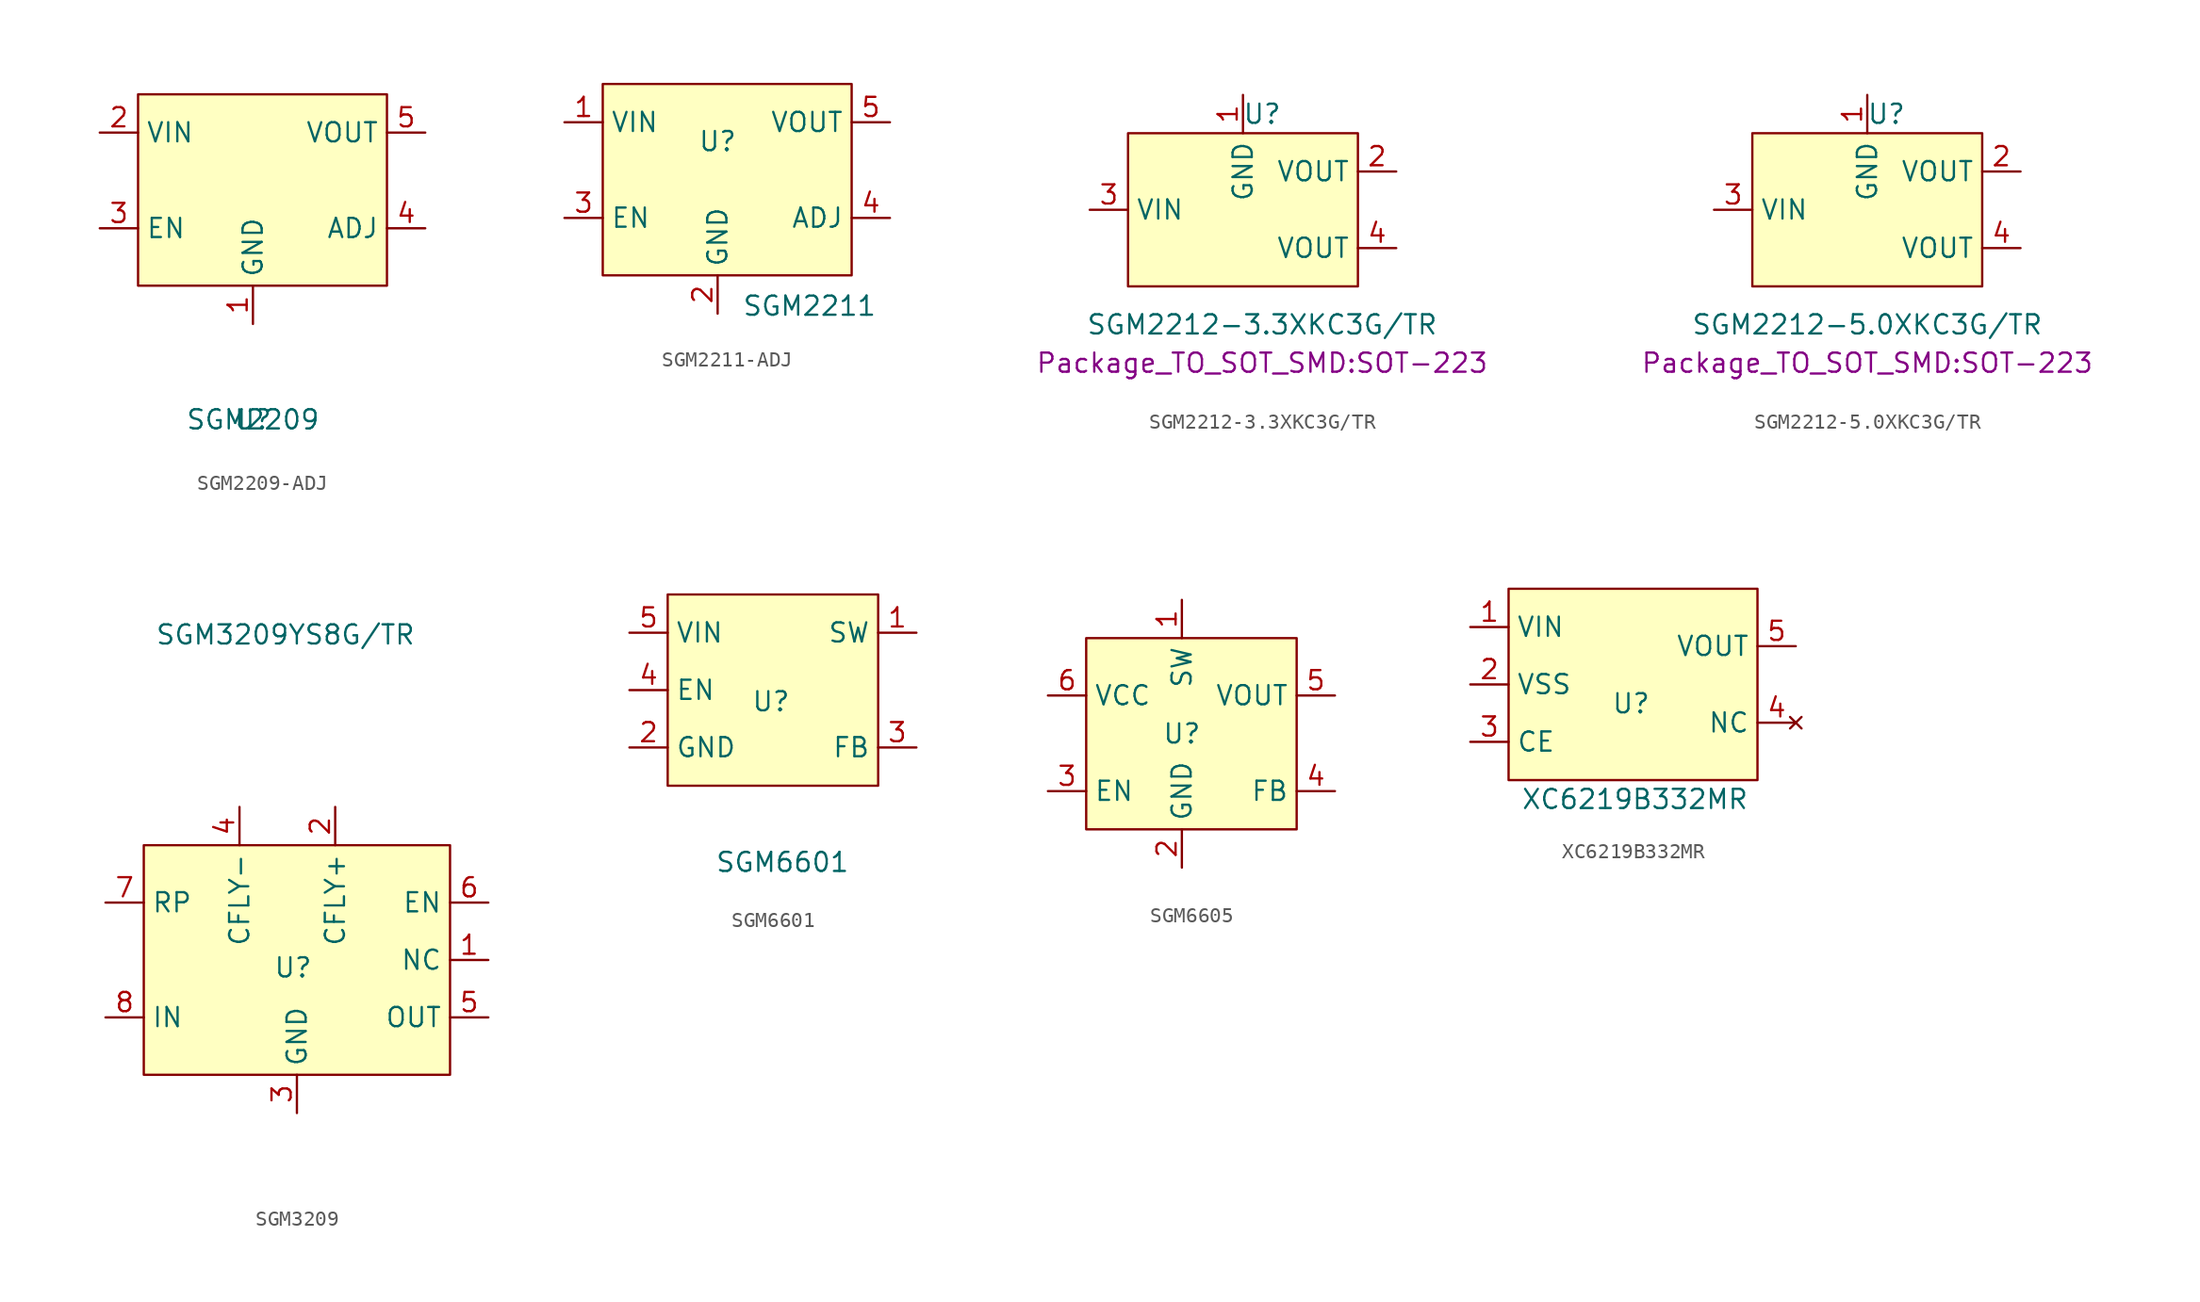
<source format=kicad_sym>
(kicad_symbol_lib
  (version 20241209)
  (generator "kicad_symbol_editor")
  (generator_version "9.0")
  (symbol "SGM2209-ADJ"
    (property "Reference" "U"
      (at 0 0 0)
      (effects (font (size 1.27 1.27))))
    (property "Value" "SGM2209"
      (at 0 0 0)
      (effects (font (size 1.27 1.27))))
    (symbol "SGM2209-ADJ_0_0"
      (pin passive line (at -10.16 12.7 0) (length 2.54) (name "EN" (effects (font (size 1.27 1.27)))) (number "3" (effects (font (size 1.27 1.27)))))
      (pin passive line (at 11.43 19.05 180) (length 2.54) (name "VOUT" (effects (font (size 1.27 1.27)))) (number "5" (effects (font (size 1.27 1.27))))))
    (symbol "SGM2209-ADJ_1_0"
      (pin passive line (at -10.16 19.05 0) (length 2.54) (name "VIN" (effects (font (size 1.27 1.27)))) (number "2" (effects (font (size 1.27 1.27)))))
      (pin passive line (at 0 6.35 90) (length 2.54) (name "GND" (effects (font (size 1.27 1.27)))) (number "1" (effects (font (size 1.27 1.27)))))
      (pin passive line (at 11.43 12.7 180) (length 2.54) (name "ADJ" (effects (font (size 1.27 1.27)))) (number "4" (effects (font (size 1.27 1.27))))))
    (symbol "SGM2209-ADJ_1_1"
      (rectangle (start -7.62 21.59) (end 8.89 8.89) (stroke (width 0) (type default)) (fill (type background)))))
  (symbol "SGM2211-ADJ"
    (property "Reference" "U"
      (at 1.27 6.35 0)
      (effects (font (size 1.27 1.27))))
    (property "Value" "SGM2211"
      (at 7.366 -4.572 0)
      (effects (font (size 1.27 1.27))))
    (symbol "SGM2211-ADJ_0_0"
      (pin passive line (at -8.89 7.62 0) (length 2.54) (name "VIN" (effects (font (size 1.27 1.27)))) (number "1" (effects (font (size 1.27 1.27)))))
      (pin passive line (at -8.89 1.27 0) (length 2.54) (name "EN" (effects (font (size 1.27 1.27)))) (number "3" (effects (font (size 1.27 1.27)))))
      (pin passive line (at 1.27 -5.08 90) (length 2.54) (name "GND" (effects (font (size 1.27 1.27)))) (number "2" (effects (font (size 1.27 1.27)))))
      (pin passive line (at 12.7 7.62 180) (length 2.54) (name "VOUT" (effects (font (size 1.27 1.27)))) (number "5" (effects (font (size 1.27 1.27))))))
    (symbol "SGM2211-ADJ_1_0"
      (pin passive line (at 12.7 1.27 180) (length 2.54) (name "ADJ" (effects (font (size 1.27 1.27)))) (number "4" (effects (font (size 1.27 1.27))))))
    (symbol "SGM2211-ADJ_1_1"
      (rectangle (start -6.35 10.16) (end 10.16 -2.54) (stroke (width 0) (type default)) (fill (type background)))))
  (symbol "SGM2212-3.3XKC3G/TR"
    (property "Reference" "U"
      (at 0 11.43 0)
      (effects (font (size 1.27 1.27))))
    (property "Value" "SGM2212-3.3XKC3G{slash}TR"
      (at 0 -2.54 0)
      (effects (font (size 1.27 1.27))))
    (property "Footprint" "Package_TO_SOT_SMD:SOT-223"
      (at 0 -5.08 0)
      (effects (font (size 1.27 1.27))))
    (symbol "SGM2212-3.3XKC3G/TR_1_1"
      (rectangle (start -8.89 10.16) (end 6.35 0) (stroke (width 0) (type default)) (fill (type background)))
      (pin input line (at -11.43 5.08 0) (length 2.54) (name "VIN" (effects (font (size 1.27 1.27)))) (number "3" (effects (font (size 1.27 1.27)))))
      (pin passive line (at -1.27 12.7 270) (length 2.54) (name "GND" (effects (font (size 1.27 1.27)))) (number "1" (effects (font (size 1.27 1.27)))))
      (pin passive line (at 8.89 7.62 180) (length 2.54) (name "VOUT" (effects (font (size 1.27 1.27)))) (number "2" (effects (font (size 1.27 1.27)))))
      (pin passive line (at 8.89 2.54 180) (length 2.54) (name "VOUT" (effects (font (size 1.27 1.27)))) (number "4" (effects (font (size 1.27 1.27)))))))
  (symbol "SGM2212-5.0XKC3G/TR"
    (property "Reference" "U"
      (at 1.27 11.43 0)
      (effects (font (size 1.27 1.27))))
    (property "Value" "SGM2212-5.0XKC3G{slash}TR"
      (at 0 -2.54 0)
      (effects (font (size 1.27 1.27))))
    (property "Footprint" "Package_TO_SOT_SMD:SOT-223"
      (at 0 -5.08 0)
      (effects (font (size 1.27 1.27))))
    (symbol "SGM2212-5.0XKC3G/TR_1_1"
      (rectangle (start -7.62 10.16) (end 7.62 0) (stroke (width 0) (type default)) (fill (type background)))
      (pin input line (at -10.16 5.08 0) (length 2.54) (name "VIN" (effects (font (size 1.27 1.27)))) (number "3" (effects (font (size 1.27 1.27)))))
      (pin passive line (at 0 12.7 270) (length 2.54) (name "GND" (effects (font (size 1.27 1.27)))) (number "1" (effects (font (size 1.27 1.27)))))
      (pin passive line (at 10.16 7.62 180) (length 2.54) (name "VOUT" (effects (font (size 1.27 1.27)))) (number "2" (effects (font (size 1.27 1.27)))))
      (pin passive line (at 10.16 2.54 180) (length 2.54) (name "VOUT" (effects (font (size 1.27 1.27)))) (number "4" (effects (font (size 1.27 1.27)))))))
  (symbol "SGM3209"
    (property "Reference" "U"
      (at -0.254 2.032 0)
      (effects (font (size 1.27 1.27))))
    (property "Value" "SGM3209YS8G/TR"
      (at -0.762 24.13 0)
      (effects (font (size 1.27 1.27))))
    (symbol "SGM3209_1_0"
      (pin no_connect line (at -5.08 -10.16 90) (length 5.08) (hide yes) (name "NC" (effects (font (size 1.016 1.016)))) (number "9" (effects (font (size 1.016 1.016))))))
    (symbol "SGM3209_1_1"
      (rectangle (start -10.16 10.16) (end 10.16 -5.08) (stroke (width 0) (type default)) (fill (type background)))
      (pin passive line (at -12.7 6.35 0) (length 2.54) (name "RP" (effects (font (size 1.27 1.27)))) (number "7" (effects (font (size 1.27 1.27)))))
      (pin passive line (at -12.7 -1.27 0) (length 2.54) (name "IN" (effects (font (size 1.27 1.27)))) (number "8" (effects (font (size 1.27 1.27)))))
      (pin passive line (at -3.81 12.7 270) (length 2.54) (name "CFLY-" (effects (font (size 1.27 1.27)))) (number "4" (effects (font (size 1.27 1.27)))))
      (pin passive line (at 0 -7.62 90) (length 2.54) (name "GND" (effects (font (size 1.27 1.27)))) (number "3" (effects (font (size 1.27 1.27)))))
      (pin passive line (at 2.54 12.7 270) (length 2.54) (name "CFLY+" (effects (font (size 1.27 1.27)))) (number "2" (effects (font (size 1.27 1.27)))))
      (pin passive line (at 12.7 6.35 180) (length 2.54) (name "EN" (effects (font (size 1.27 1.27)))) (number "6" (effects (font (size 1.27 1.27)))))
      (pin passive line (at 12.7 2.54 180) (length 2.54) (name "NC" (effects (font (size 1.27 1.27)))) (number "1" (effects (font (size 1.27 1.27)))))
      (pin passive line (at 12.7 -1.27 180) (length 2.54) (name "OUT" (effects (font (size 1.27 1.27)))) (number "5" (effects (font (size 1.27 1.27)))))))
  (symbol "SGM6601"
    (property "Reference" "U"
      (at -0.762 10.668 0)
      (effects (font (size 1.27 1.27))))
    (property "Value" "SGM6601"
      (at 0 0 0)
      (effects (font (size 1.27 1.27))))
    (symbol "SGM6601_1_1"
      (rectangle (start -7.62 17.78) (end 6.35 5.08) (stroke (width 0) (type default)) (fill (type background)))
      (pin passive line (at -10.16 15.24 0) (length 2.54) (name "VIN" (effects (font (size 1.27 1.27)))) (number "5" (effects (font (size 1.27 1.27)))))
      (pin passive line (at -10.16 11.43 0) (length 2.54) (name "EN" (effects (font (size 1.27 1.27)))) (number "4" (effects (font (size 1.27 1.27)))))
      (pin passive line (at -10.16 7.62 0) (length 2.54) (name "GND" (effects (font (size 1.27 1.27)))) (number "2" (effects (font (size 1.27 1.27)))))
      (pin passive line (at 8.89 15.24 180) (length 2.54) (name "SW" (effects (font (size 1.27 1.27)))) (number "1" (effects (font (size 1.27 1.27)))))
      (pin passive line (at 8.89 7.62 180) (length 2.54) (name "FB" (effects (font (size 1.27 1.27)))) (number "3" (effects (font (size 1.27 1.27)))))))
  (symbol "SGM6605"
    (property "Reference" "U"
      (at 0 0 0)
      (effects (font (size 1.27 1.27))))
    (property "Value" ""
      (at 0 0 0)
      (effects (font (size 1.27 1.27))))
    (symbol "SGM6605_1_1"
      (rectangle (start -6.35 6.35) (end 7.62 -6.35) (stroke (width 0) (type default)) (fill (type background)))
      (pin passive line (at -8.89 2.54 0) (length 2.54) (name "VCC" (effects (font (size 1.27 1.27)))) (number "6" (effects (font (size 1.27 1.27)))))
      (pin passive line (at -8.89 -3.81 0) (length 2.54) (name "EN" (effects (font (size 1.27 1.27)))) (number "3" (effects (font (size 1.27 1.27)))))
      (pin passive line (at 0 8.89 270) (length 2.54) (name "SW" (effects (font (size 1.27 1.27)))) (number "1" (effects (font (size 1.27 1.27)))))
      (pin passive line (at 0 -8.89 90) (length 2.54) (name "GND" (effects (font (size 1.27 1.27)))) (number "2" (effects (font (size 1.27 1.27)))))
      (pin passive line (at 10.16 2.54 180) (length 2.54) (name "VOUT" (effects (font (size 1.27 1.27)))) (number "5" (effects (font (size 1.27 1.27)))))
      (pin passive line (at 10.16 -3.81 180) (length 2.54) (name "FB" (effects (font (size 1.27 1.27)))) (number "4" (effects (font (size 1.27 1.27)))))))
  (symbol "XC6219B332MR"
    (property "Reference" "U"
      (at 0.508 13.97 0)
      (effects (font (size 1.27 1.27))))
    (property "Value" "XC6219B332MR"
      (at 0.762 7.62 0)
      (effects (font (size 1.27 1.27))))
    (symbol "XC6219B332MR_0_0"
      (pin passive line (at 11.43 17.78 180) (length 2.54) (name "VOUT" (effects (font (size 1.27 1.27)))) (number "5" (effects (font (size 1.27 1.27))))))
    (symbol "XC6219B332MR_1_0"
      (pin passive line (at -10.16 19.05 0) (length 2.54) (name "VIN" (effects (font (size 1.27 1.27)))) (number "1" (effects (font (size 1.27 1.27)))))
      (pin passive line (at -10.16 15.24 0) (length 2.54) (name "VSS" (effects (font (size 1.27 1.27)))) (number "2" (effects (font (size 1.27 1.27)))))
      (pin passive line (at -10.16 11.43 0) (length 2.54) (name "CE" (effects (font (size 1.27 1.27)))) (number "3" (effects (font (size 1.27 1.27)))))
      (pin no_connect line (at 11.43 12.7 180) (length 2.54) (name "NC" (effects (font (size 1.27 1.27)))) (number "4" (effects (font (size 1.27 1.27))))))
    (symbol "XC6219B332MR_1_1"
      (rectangle (start -7.62 21.59) (end 8.89 8.89) (stroke (width 0) (type default)) (fill (type background))))))
</source>
